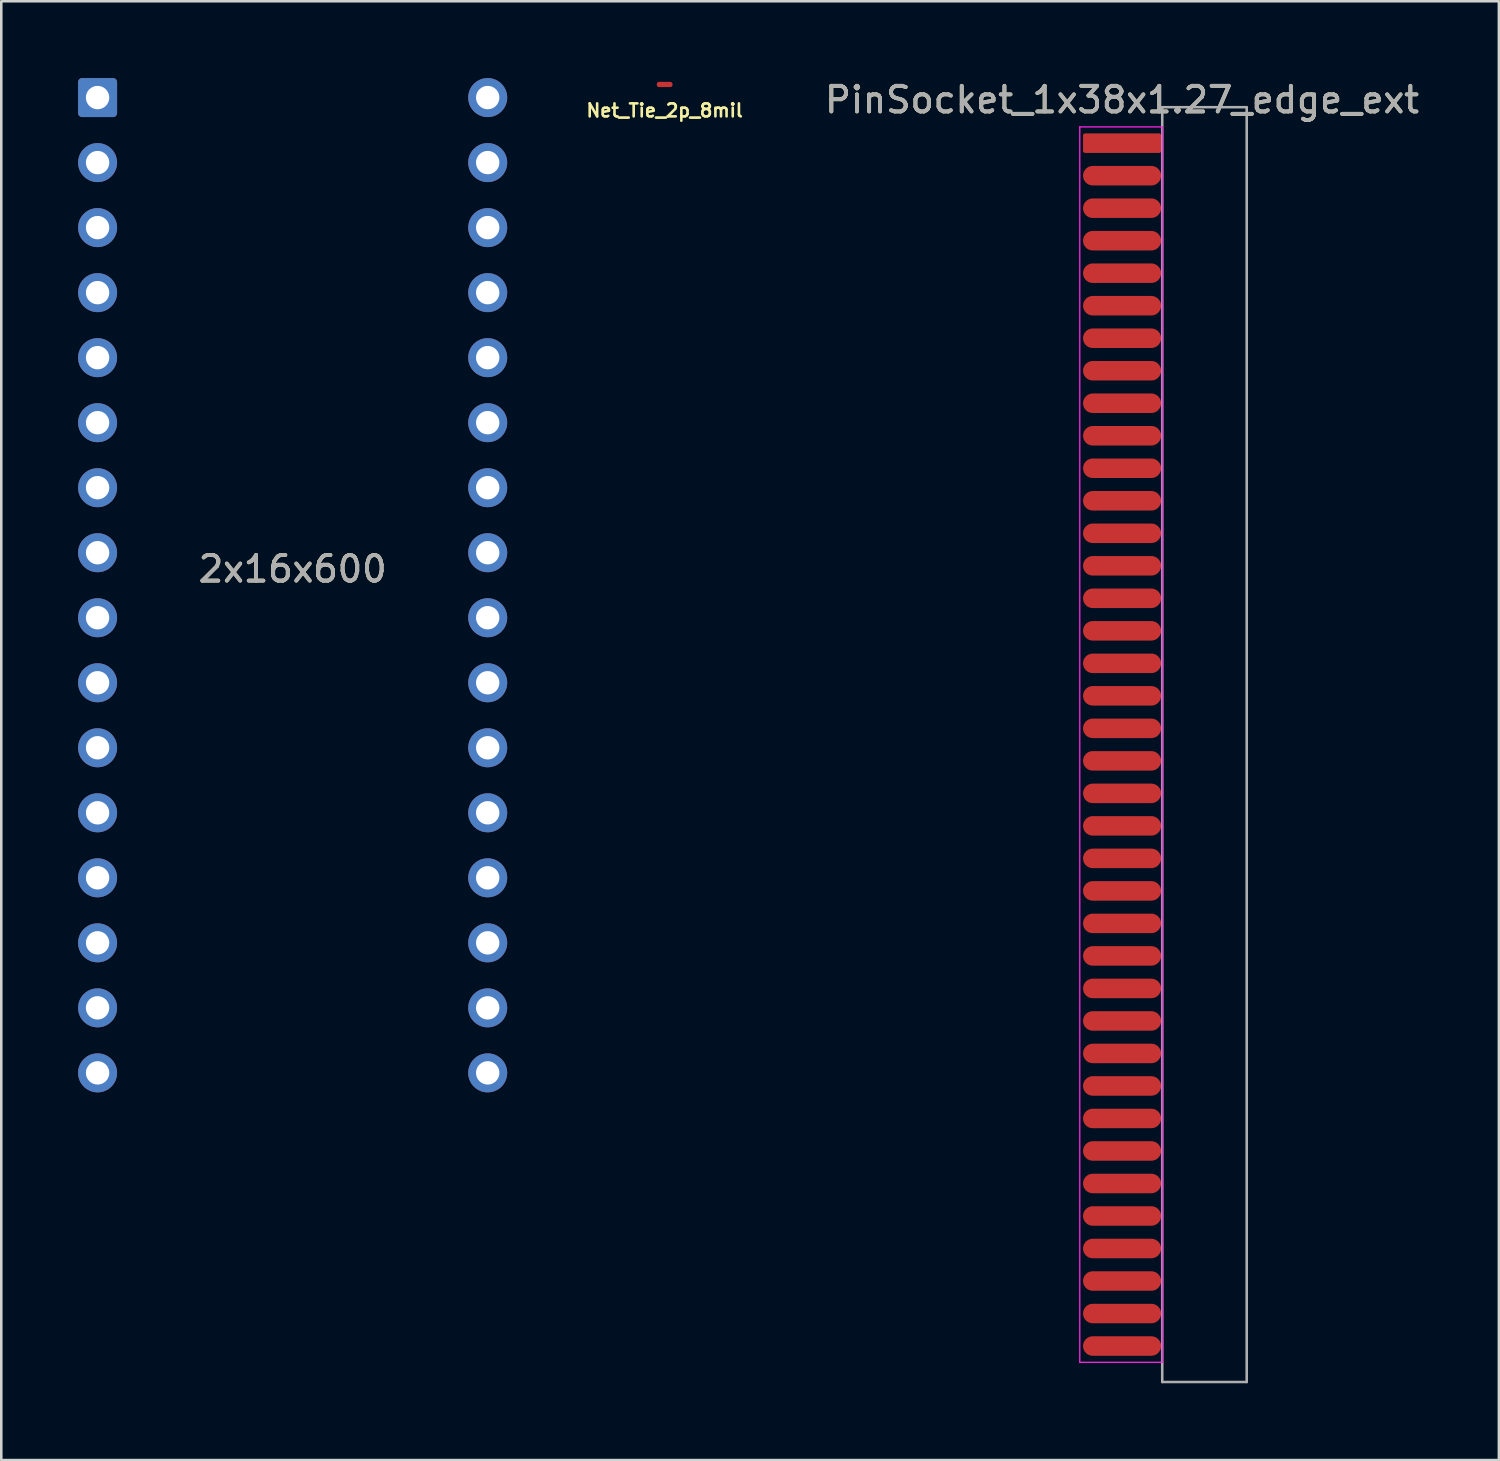
<source format=kicad_pcb>
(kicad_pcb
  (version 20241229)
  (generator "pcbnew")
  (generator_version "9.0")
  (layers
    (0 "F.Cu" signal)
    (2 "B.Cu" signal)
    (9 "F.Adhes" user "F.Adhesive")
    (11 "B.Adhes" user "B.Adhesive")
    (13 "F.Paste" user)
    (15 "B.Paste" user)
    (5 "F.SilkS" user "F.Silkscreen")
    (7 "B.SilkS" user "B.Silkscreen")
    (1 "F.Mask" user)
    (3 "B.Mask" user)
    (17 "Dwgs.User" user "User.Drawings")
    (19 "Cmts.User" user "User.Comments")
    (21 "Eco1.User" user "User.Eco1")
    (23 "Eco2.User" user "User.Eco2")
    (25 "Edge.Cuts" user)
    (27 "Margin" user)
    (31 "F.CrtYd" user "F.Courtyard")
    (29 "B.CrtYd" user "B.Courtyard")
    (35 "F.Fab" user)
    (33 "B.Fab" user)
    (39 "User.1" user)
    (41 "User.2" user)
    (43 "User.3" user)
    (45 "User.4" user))
  (footprint "Net_Tie_2p_8mil"
    (layer "F.Cu")
    (at 22.914 0.25)
    (property "Reference" "Net_Tie_2p_8mil" (at 0 1.016 0) (layer "F.SilkS") (effects (font (size 0.508 0.508) (thickness 0.102))))
    (attr through_hole)
    (fp_line (start -0.203 0) (end 0.203 0) (stroke (width 0.203) (type solid)) (layer "F.Cu"))
    (pad "1" smd circle (at -0.203 0) (size 0.203 0.203) (layers "F.Cu"))
    (pad "2" smd circle (at 0.203 0) (size 0.203 0.203) (layers "F.Cu")))
  (footprint "2x16x600"
    (layer "F.Cu")
    (at 8.382 19.812)
    (property "Reference" "2x16x600" (at 0 -0.635 0) (layer "F.SilkS") (effects (font (size 1 1) (thickness 0.15))))
    (attr through_hole)
    (fp_text user "${REFERENCE}" (at 0 -0.635 0) (layer "F.Fab") (effects (font (size 1 1) (thickness 0.15))))
    (pad "1" thru_hole roundrect (at -7.62 -19.05) (size 1.524 1.524) (drill 0.914) (layers "*.Cu" "*.Mask") (roundrect_rratio 0.1))
    (pad "2" thru_hole circle (at -7.62 -16.51) (size 1.524 1.524) (drill 0.914) (layers "*.Cu" "*.Mask"))
    (pad "3" thru_hole circle (at -7.62 -13.97) (size 1.524 1.524) (drill 0.914) (layers "*.Cu" "*.Mask"))
    (pad "4" thru_hole circle (at -7.62 -11.43) (size 1.524 1.524) (drill 0.914) (layers "*.Cu" "*.Mask"))
    (pad "5" thru_hole circle (at -7.62 -8.89) (size 1.524 1.524) (drill 0.914) (layers "*.Cu" "*.Mask"))
    (pad "6" thru_hole circle (at -7.62 -6.35) (size 1.524 1.524) (drill 0.914) (layers "*.Cu" "*.Mask"))
    (pad "7" thru_hole circle (at -7.62 -3.81) (size 1.524 1.524) (drill 0.914) (layers "*.Cu" "*.Mask"))
    (pad "8" thru_hole circle (at -7.62 -1.27) (size 1.524 1.524) (drill 0.914) (layers "*.Cu" "*.Mask"))
    (pad "9" thru_hole circle (at -7.62 1.27) (size 1.524 1.524) (drill 0.914) (layers "*.Cu" "*.Mask"))
    (pad "10" thru_hole circle (at -7.62 3.81) (size 1.524 1.524) (drill 0.914) (layers "*.Cu" "*.Mask"))
    (pad "11" thru_hole circle (at -7.62 6.35) (size 1.524 1.524) (drill 0.914) (layers "*.Cu" "*.Mask"))
    (pad "12" thru_hole circle (at -7.62 8.89) (size 1.524 1.524) (drill 0.914) (layers "*.Cu" "*.Mask"))
    (pad "13" thru_hole circle (at -7.62 11.43) (size 1.524 1.524) (drill 0.914) (layers "*.Cu" "*.Mask"))
    (pad "14" thru_hole circle (at -7.62 13.97) (size 1.524 1.524) (drill 0.914) (layers "*.Cu" "*.Mask"))
    (pad "15" thru_hole circle (at -7.62 16.51) (size 1.524 1.524) (drill 0.914) (layers "*.Cu" "*.Mask"))
    (pad "16" thru_hole circle (at -7.62 19.05) (size 1.524 1.524) (drill 0.914) (layers "*.Cu" "*.Mask"))
    (pad "17" thru_hole circle (at 7.62 19.05) (size 1.524 1.524) (drill 0.914) (layers "*.Cu" "*.Mask"))
    (pad "18" thru_hole circle (at 7.62 16.51) (size 1.524 1.524) (drill 0.914) (layers "*.Cu" "*.Mask"))
    (pad "19" thru_hole circle (at 7.62 13.97) (size 1.524 1.524) (drill 0.914) (layers "*.Cu" "*.Mask"))
    (pad "20" thru_hole circle (at 7.62 11.43) (size 1.524 1.524) (drill 0.914) (layers "*.Cu" "*.Mask"))
    (pad "21" thru_hole circle (at 7.62 8.89) (size 1.524 1.524) (drill 0.914) (layers "*.Cu" "*.Mask"))
    (pad "22" thru_hole circle (at 7.62 6.35) (size 1.524 1.524) (drill 0.914) (layers "*.Cu" "*.Mask"))
    (pad "23" thru_hole circle (at 7.62 3.81) (size 1.524 1.524) (drill 0.914) (layers "*.Cu" "*.Mask"))
    (pad "24" thru_hole circle (at 7.62 1.27) (size 1.524 1.524) (drill 0.914) (layers "*.Cu" "*.Mask"))
    (pad "25" thru_hole circle (at 7.62 -1.27) (size 1.524 1.524) (drill 0.914) (layers "*.Cu" "*.Mask"))
    (pad "26" thru_hole circle (at 7.62 -3.81) (size 1.524 1.524) (drill 0.914) (layers "*.Cu" "*.Mask"))
    (pad "27" thru_hole circle (at 7.62 -6.35) (size 1.524 1.524) (drill 0.914) (layers "*.Cu" "*.Mask"))
    (pad "28" thru_hole circle (at 7.62 -8.89) (size 1.524 1.524) (drill 0.914) (layers "*.Cu" "*.Mask"))
    (pad "29" thru_hole circle (at 7.62 -11.43) (size 1.524 1.524) (drill 0.914) (layers "*.Cu" "*.Mask"))
    (pad "30" thru_hole circle (at 7.62 -13.97) (size 1.524 1.524) (drill 0.914) (layers "*.Cu" "*.Mask"))
    (pad "31" thru_hole circle (at 7.62 -16.51) (size 1.524 1.524) (drill 0.914) (layers "*.Cu" "*.Mask"))
    (pad "32" thru_hole circle (at 7.62 -19.05) (size 1.524 1.524) (drill 0.914) (layers "*.Cu" "*.Mask")))
  (footprint "PinSocket_1x38x1.27_edge_ext"
    (layer "F.Cu")
    (at 42.353 26.038)
    (property "Reference" "PinSocket_1x38x1.27_edge_ext" (at -1.57 -25.19 0) (layer "F.SilkS") (effects (font (size 1 1) (thickness 0.15))))
    (attr smd)
    (fp_line (start -3.221 -24.13) (end -3.221 24.13) (stroke (width 0.05) (type solid)) (layer "F.CrtYd"))
    (fp_line (start -3.221 24.13) (end 0 24.13) (stroke (width 0.05) (type solid)) (layer "F.CrtYd"))
    (fp_line (start 0 -24.13) (end -3.221 -24.13) (stroke (width 0.05) (type solid)) (layer "F.CrtYd"))
    (fp_line (start 0 24.13) (end 0 -24.13) (stroke (width 0.05) (type solid)) (layer "F.CrtYd"))
    (fp_line (start 0 24.9) (end 0 -24.9) (stroke (width 0.1) (type solid)) (layer "F.Fab"))
    (fp_line (start 0 24.9) (end 3.302 24.9) (stroke (width 0.1) (type solid)) (layer "F.Fab"))
    (fp_line (start 3.3 -24.9) (end 3.3 24.9) (stroke (width 0.1) (type solid)) (layer "F.Fab"))
    (fp_line (start 3.302 -24.9) (end 0 -24.9) (stroke (width 0.1) (type solid)) (layer "F.Fab"))
    (fp_text user "${REFERENCE}" (at -1.57 -25.19 0) (layer "F.Fab") (effects (font (size 1 1) (thickness 0.15))))
    (pad "1" smd roundrect (at -1.57 -23.495) (size 3.048 0.762) (layers "F.Cu" "F.Mask" "F.Paste") (roundrect_rratio 0.1))
    (pad "2" smd oval (at -1.57 -22.225) (size 3.048 0.762) (layers "F.Cu" "F.Mask" "F.Paste"))
    (pad "3" smd oval (at -1.57 -20.955) (size 3.048 0.762) (layers "F.Cu" "F.Mask" "F.Paste"))
    (pad "4" smd oval (at -1.57 -19.685) (size 3.048 0.762) (layers "F.Cu" "F.Mask" "F.Paste"))
    (pad "5" smd oval (at -1.57 -18.415) (size 3.048 0.762) (layers "F.Cu" "F.Mask" "F.Paste"))
    (pad "6" smd oval (at -1.57 -17.145) (size 3.048 0.762) (layers "F.Cu" "F.Mask" "F.Paste"))
    (pad "7" smd oval (at -1.57 -15.875) (size 3.048 0.762) (layers "F.Cu" "F.Mask" "F.Paste"))
    (pad "8" smd oval (at -1.57 -14.605) (size 3.048 0.762) (layers "F.Cu" "F.Mask" "F.Paste"))
    (pad "9" smd oval (at -1.57 -13.335) (size 3.048 0.762) (layers "F.Cu" "F.Mask" "F.Paste"))
    (pad "10" smd oval (at -1.57 -12.065) (size 3.048 0.762) (layers "F.Cu" "F.Mask" "F.Paste"))
    (pad "11" smd oval (at -1.57 -10.795) (size 3.048 0.762) (layers "F.Cu" "F.Mask" "F.Paste"))
    (pad "12" smd oval (at -1.57 -9.525) (size 3.048 0.762) (layers "F.Cu" "F.Mask" "F.Paste"))
    (pad "13" smd oval (at -1.57 -8.255) (size 3.048 0.762) (layers "F.Cu" "F.Mask" "F.Paste"))
    (pad "14" smd oval (at -1.57 -6.985) (size 3.048 0.762) (layers "F.Cu" "F.Mask" "F.Paste"))
    (pad "15" smd oval (at -1.57 -5.715) (size 3.048 0.762) (layers "F.Cu" "F.Mask" "F.Paste"))
    (pad "16" smd oval (at -1.57 -4.445) (size 3.048 0.762) (layers "F.Cu" "F.Mask" "F.Paste"))
    (pad "17" smd oval (at -1.57 -3.175) (size 3.048 0.762) (layers "F.Cu" "F.Mask" "F.Paste"))
    (pad "18" smd oval (at -1.57 -1.905) (size 3.048 0.762) (layers "F.Cu" "F.Mask" "F.Paste"))
    (pad "19" smd oval (at -1.57 -0.635) (size 3.048 0.762) (layers "F.Cu" "F.Mask" "F.Paste"))
    (pad "20" smd oval (at -1.57 0.635) (size 3.048 0.762) (layers "F.Cu" "F.Mask" "F.Paste"))
    (pad "21" smd oval (at -1.57 1.905) (size 3.048 0.762) (layers "F.Cu" "F.Mask" "F.Paste"))
    (pad "22" smd oval (at -1.57 3.175) (size 3.048 0.762) (layers "F.Cu" "F.Mask" "F.Paste"))
    (pad "23" smd oval (at -1.57 4.445) (size 3.048 0.762) (layers "F.Cu" "F.Mask" "F.Paste"))
    (pad "24" smd oval (at -1.57 5.715) (size 3.048 0.762) (layers "F.Cu" "F.Mask" "F.Paste"))
    (pad "25" smd oval (at -1.57 6.985) (size 3.048 0.762) (layers "F.Cu" "F.Mask" "F.Paste"))
    (pad "26" smd oval (at -1.57 8.255) (size 3.048 0.762) (layers "F.Cu" "F.Mask" "F.Paste"))
    (pad "27" smd oval (at -1.57 9.525) (size 3.048 0.762) (layers "F.Cu" "F.Mask" "F.Paste"))
    (pad "28" smd oval (at -1.57 10.795) (size 3.048 0.762) (layers "F.Cu" "F.Mask" "F.Paste"))
    (pad "29" smd oval (at -1.57 12.065) (size 3.048 0.762) (layers "F.Cu" "F.Mask" "F.Paste"))
    (pad "30" smd oval (at -1.57 13.335) (size 3.048 0.762) (layers "F.Cu" "F.Mask" "F.Paste"))
    (pad "31" smd oval (at -1.57 14.605) (size 3.048 0.762) (layers "F.Cu" "F.Mask" "F.Paste"))
    (pad "32" smd oval (at -1.57 15.875) (size 3.048 0.762) (layers "F.Cu" "F.Mask" "F.Paste"))
    (pad "33" smd oval (at -1.57 17.145) (size 3.048 0.762) (layers "F.Cu" "F.Mask" "F.Paste"))
    (pad "34" smd oval (at -1.57 18.415) (size 3.048 0.762) (layers "F.Cu" "F.Mask" "F.Paste"))
    (pad "35" smd oval (at -1.57 19.685) (size 3.048 0.762) (layers "F.Cu" "F.Mask" "F.Paste"))
    (pad "36" smd oval (at -1.57 20.955) (size 3.048 0.762) (layers "F.Cu" "F.Mask" "F.Paste"))
    (pad "37" smd oval (at -1.57 22.225) (size 3.048 0.762) (layers "F.Cu" "F.Mask" "F.Paste"))
    (pad "38" smd oval (at -1.57 23.495) (size 3.048 0.762) (layers "F.Cu" "F.Mask" "F.Paste")))
  (gr_rect
    (start -3 -3)
    (end 55.504 53.988)
    (stroke (width 0.1) (type default))
    (fill no)
    (layer "Edge.Cuts")))
</source>
